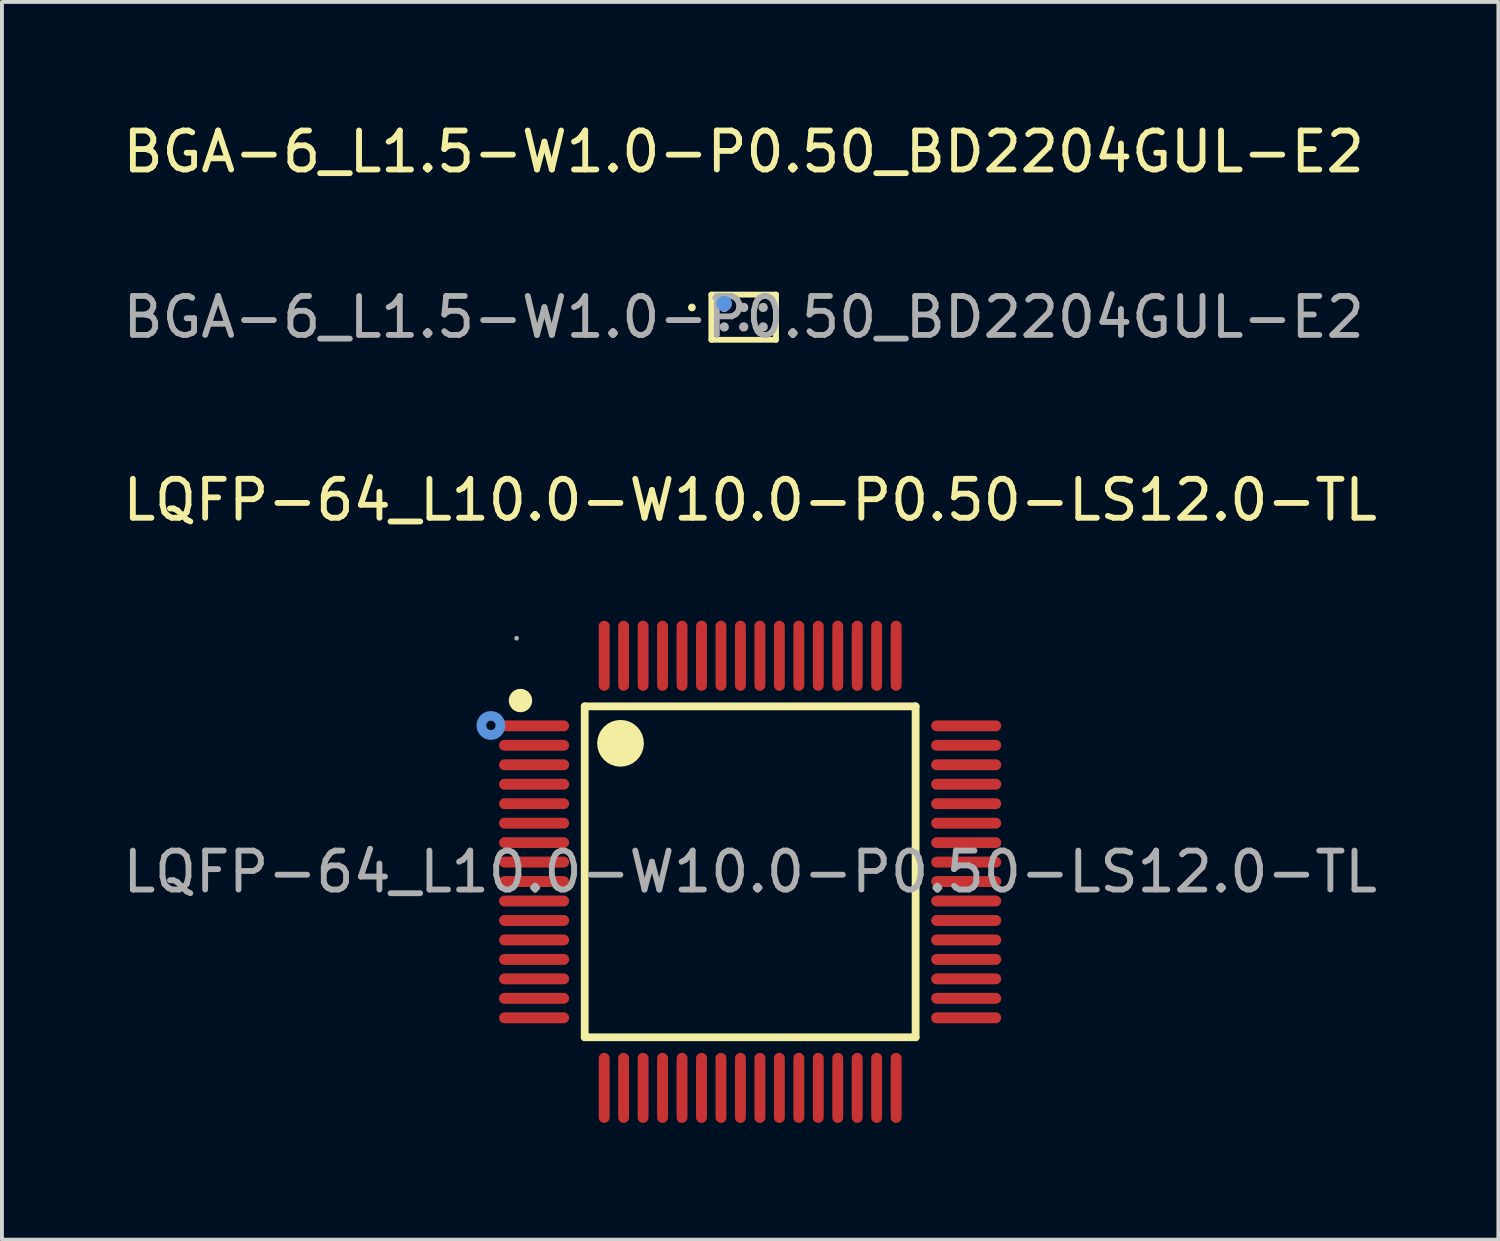
<source format=kicad_pcb>
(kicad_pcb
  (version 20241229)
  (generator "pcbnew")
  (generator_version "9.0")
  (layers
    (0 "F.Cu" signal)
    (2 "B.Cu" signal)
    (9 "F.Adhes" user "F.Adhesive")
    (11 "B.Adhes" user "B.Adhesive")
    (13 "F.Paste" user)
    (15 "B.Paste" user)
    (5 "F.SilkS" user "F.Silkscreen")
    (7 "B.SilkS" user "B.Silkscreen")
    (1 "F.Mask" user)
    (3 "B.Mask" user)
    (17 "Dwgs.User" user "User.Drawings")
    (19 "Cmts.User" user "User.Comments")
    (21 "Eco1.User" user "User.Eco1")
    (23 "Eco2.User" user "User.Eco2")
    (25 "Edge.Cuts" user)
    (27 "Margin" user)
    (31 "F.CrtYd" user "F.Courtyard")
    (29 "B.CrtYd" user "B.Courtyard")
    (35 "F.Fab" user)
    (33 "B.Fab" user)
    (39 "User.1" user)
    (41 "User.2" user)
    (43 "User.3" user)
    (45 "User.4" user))
  (footprint "BGA-6_L1.5-W1.0-P0.50_BD2204GUL-E2"
    (layer "F.Cu")
    (at 16.054 5.098)
    (property "Reference" "BGA-6_L1.5-W1.0-P0.50_BD2204GUL-E2" (at 0 -4.25 0) (layer "F.SilkS") (effects (font (size 1 1) (thickness 0.15))))
    (attr smd)
    (fp_line (start -0.83 -0.58) (end 0.83 -0.58) (stroke (width 0.15) (type solid)) (layer "F.SilkS"))
    (fp_line (start -0.83 0.58) (end -0.83 -0.58) (stroke (width 0.15) (type solid)) (layer "F.SilkS"))
    (fp_line (start 0.83 -0.58) (end 0.83 0.58) (stroke (width 0.15) (type solid)) (layer "F.SilkS"))
    (fp_line (start 0.83 0.58) (end -0.83 0.58) (stroke (width 0.15) (type solid)) (layer "F.SilkS"))
    (fp_circle (center -1.33 -0.25) (end -1.28 -0.25) (stroke (width 0.1) (type solid)) (fill no) (layer "F.SilkS"))
    (fp_circle (center -0.5 -0.35) (end -0.4 -0.35) (stroke (width 0.2) (type solid)) (fill no) (layer "Cmts.User"))
    (fp_circle (center -0.75 -0.5) (end -0.72 -0.5) (stroke (width 0.06) (type solid)) (fill no) (layer "F.Fab"))
    (fp_circle (center -0.5 -0.25) (end -0.44 -0.25) (stroke (width 0.12) (type solid)) (fill no) (layer "F.Fab"))
    (fp_circle (center -0.5 0.25) (end -0.44 0.25) (stroke (width 0.12) (type solid)) (fill no) (layer "F.Fab"))
    (fp_circle (center 0 -0.25) (end 0.06 -0.25) (stroke (width 0.12) (type solid)) (fill no) (layer "F.Fab"))
    (fp_circle (center 0 0.25) (end 0.06 0.25) (stroke (width 0.12) (type solid)) (fill no) (layer "F.Fab"))
    (fp_circle (center 0.5 -0.25) (end 0.56 -0.25) (stroke (width 0.12) (type solid)) (fill no) (layer "F.Fab"))
    (fp_circle (center 0.5 0.25) (end 0.56 0.25) (stroke (width 0.12) (type solid)) (fill no) (layer "F.Fab"))
    (fp_text user "${REFERENCE}" (at 0 0 0) (layer "F.Fab") (effects (font (size 1 1) (thickness 0.15))))
    (pad "A1" smd circle (at -0.5 -0.25) (size 0.2 0.2) (layers "F.Cu" "F.Mask" "F.Paste"))
    (pad "A2" smd circle (at 0 -0.25) (size 0.2 0.2) (layers "F.Cu" "F.Mask" "F.Paste"))
    (pad "A3" smd circle (at 0.5 -0.25) (size 0.2 0.2) (layers "F.Cu" "F.Mask" "F.Paste"))
    (pad "B1" smd circle (at -0.5 0.25) (size 0.2 0.2) (layers "F.Cu" "F.Mask" "F.Paste"))
    (pad "B2" smd circle (at 0 0.25) (size 0.2 0.2) (layers "F.Cu" "F.Mask" "F.Paste"))
    (pad "B3" smd circle (at 0.5 0.25) (size 0.2 0.2) (layers "F.Cu" "F.Mask" "F.Paste")))
  (footprint "LQFP-64_L10.0-W10.0-P0.50-LS12.0-TL"
    (layer "F.Cu")
    (at 16.22 19.345)
    (property "Reference" "LQFP-64_L10.0-W10.0-P0.50-LS12.0-TL" (at 0 -9.55 0) (layer "F.SilkS") (effects (font (size 1 1) (thickness 0.15))))
    (attr smd)
    (fp_line (start -4.25 -4.25) (end -4.25 4.25) (stroke (width 0.2) (type solid)) (layer "F.SilkS"))
    (fp_line (start -4.25 4.25) (end 4.25 4.25) (stroke (width 0.2) (type solid)) (layer "F.SilkS"))
    (fp_line (start 4.25 -4.25) (end -4.25 -4.25) (stroke (width 0.2) (type solid)) (layer "F.SilkS"))
    (fp_line (start 4.25 4.25) (end 4.25 -4.25) (stroke (width 0.2) (type solid)) (layer "F.SilkS"))
    (fp_arc (start -5.75 -4.39) (mid -6.05025 -4.404995) (end -5.749667 -4.400016) (stroke (width 0.3) (type solid)) (layer "F.SilkS"))
    (fp_arc (start -3.03 -3.29) (mid -3.630125 -3.304999) (end -3.029833 -3.300004) (stroke (width 0.6) (type solid)) (layer "F.SilkS"))
    (fp_circle (center -6.66 -3.76) (end -6.54 -3.76) (stroke (width 0.25) (type solid)) (fill no) (layer "Cmts.User"))
    (fp_circle (center -6 -6) (end -5.97 -6) (stroke (width 0.06) (type solid)) (fill no) (layer "F.Fab"))
    (fp_text user "${REFERENCE}" (at 0 0 0) (layer "F.Fab") (effects (font (size 1 1) (thickness 0.15))))
    (pad "1" smd oval (at -5.55 -3.75) (size 1.8 0.28) (layers "F.Cu" "F.Mask" "F.Paste"))
    (pad "2" smd oval (at -5.55 -3.25) (size 1.8 0.28) (layers "F.Cu" "F.Mask" "F.Paste"))
    (pad "3" smd oval (at -5.55 -2.75) (size 1.8 0.28) (layers "F.Cu" "F.Mask" "F.Paste"))
    (pad "4" smd oval (at -5.55 -2.25) (size 1.8 0.28) (layers "F.Cu" "F.Mask" "F.Paste"))
    (pad "5" smd oval (at -5.55 -1.75) (size 1.8 0.28) (layers "F.Cu" "F.Mask" "F.Paste"))
    (pad "6" smd oval (at -5.55 -1.25) (size 1.8 0.28) (layers "F.Cu" "F.Mask" "F.Paste"))
    (pad "7" smd oval (at -5.55 -0.75) (size 1.8 0.28) (layers "F.Cu" "F.Mask" "F.Paste"))
    (pad "8" smd oval (at -5.55 -0.25) (size 1.8 0.28) (layers "F.Cu" "F.Mask" "F.Paste"))
    (pad "9" smd oval (at -5.55 0.25) (size 1.8 0.28) (layers "F.Cu" "F.Mask" "F.Paste"))
    (pad "10" smd oval (at -5.55 0.75) (size 1.8 0.28) (layers "F.Cu" "F.Mask" "F.Paste"))
    (pad "11" smd oval (at -5.55 1.25) (size 1.8 0.28) (layers "F.Cu" "F.Mask" "F.Paste"))
    (pad "12" smd oval (at -5.55 1.75) (size 1.8 0.28) (layers "F.Cu" "F.Mask" "F.Paste"))
    (pad "13" smd oval (at -5.55 2.25) (size 1.8 0.28) (layers "F.Cu" "F.Mask" "F.Paste"))
    (pad "14" smd oval (at -5.55 2.75) (size 1.8 0.28) (layers "F.Cu" "F.Mask" "F.Paste"))
    (pad "15" smd oval (at -5.55 3.25) (size 1.8 0.28) (layers "F.Cu" "F.Mask" "F.Paste"))
    (pad "16" smd oval (at -5.55 3.75) (size 1.8 0.28) (layers "F.Cu" "F.Mask" "F.Paste"))
    (pad "17" smd oval (at -3.75 5.55) (size 0.28 1.8) (layers "F.Cu" "F.Mask" "F.Paste"))
    (pad "18" smd oval (at -3.25 5.55) (size 0.28 1.8) (layers "F.Cu" "F.Mask" "F.Paste"))
    (pad "19" smd oval (at -2.75 5.55) (size 0.28 1.8) (layers "F.Cu" "F.Mask" "F.Paste"))
    (pad "20" smd oval (at -2.25 5.55) (size 0.28 1.8) (layers "F.Cu" "F.Mask" "F.Paste"))
    (pad "21" smd oval (at -1.75 5.55) (size 0.28 1.8) (layers "F.Cu" "F.Mask" "F.Paste"))
    (pad "22" smd oval (at -1.25 5.55) (size 0.28 1.8) (layers "F.Cu" "F.Mask" "F.Paste"))
    (pad "23" smd oval (at -0.75 5.55) (size 0.28 1.8) (layers "F.Cu" "F.Mask" "F.Paste"))
    (pad "24" smd oval (at -0.25 5.55) (size 0.28 1.8) (layers "F.Cu" "F.Mask" "F.Paste"))
    (pad "25" smd oval (at 0.25 5.55) (size 0.28 1.8) (layers "F.Cu" "F.Mask" "F.Paste"))
    (pad "26" smd oval (at 0.75 5.55) (size 0.28 1.8) (layers "F.Cu" "F.Mask" "F.Paste"))
    (pad "27" smd oval (at 1.25 5.55) (size 0.28 1.8) (layers "F.Cu" "F.Mask" "F.Paste"))
    (pad "28" smd oval (at 1.75 5.55) (size 0.28 1.8) (layers "F.Cu" "F.Mask" "F.Paste"))
    (pad "29" smd oval (at 2.25 5.55) (size 0.28 1.8) (layers "F.Cu" "F.Mask" "F.Paste"))
    (pad "30" smd oval (at 2.75 5.55) (size 0.28 1.8) (layers "F.Cu" "F.Mask" "F.Paste"))
    (pad "31" smd oval (at 3.25 5.55) (size 0.28 1.8) (layers "F.Cu" "F.Mask" "F.Paste"))
    (pad "32" smd oval (at 3.75 5.55) (size 0.28 1.8) (layers "F.Cu" "F.Mask" "F.Paste"))
    (pad "33" smd oval (at 5.55 3.75) (size 1.8 0.28) (layers "F.Cu" "F.Mask" "F.Paste"))
    (pad "34" smd oval (at 5.55 3.25) (size 1.8 0.28) (layers "F.Cu" "F.Mask" "F.Paste"))
    (pad "35" smd oval (at 5.55 2.75) (size 1.8 0.28) (layers "F.Cu" "F.Mask" "F.Paste"))
    (pad "36" smd oval (at 5.55 2.25) (size 1.8 0.28) (layers "F.Cu" "F.Mask" "F.Paste"))
    (pad "37" smd oval (at 5.55 1.75) (size 1.8 0.28) (layers "F.Cu" "F.Mask" "F.Paste"))
    (pad "38" smd oval (at 5.55 1.25) (size 1.8 0.28) (layers "F.Cu" "F.Mask" "F.Paste"))
    (pad "39" smd oval (at 5.55 0.75) (size 1.8 0.28) (layers "F.Cu" "F.Mask" "F.Paste"))
    (pad "40" smd oval (at 5.55 0.25) (size 1.8 0.28) (layers "F.Cu" "F.Mask" "F.Paste"))
    (pad "41" smd oval (at 5.55 -0.25) (size 1.8 0.28) (layers "F.Cu" "F.Mask" "F.Paste"))
    (pad "42" smd oval (at 5.55 -0.75) (size 1.8 0.28) (layers "F.Cu" "F.Mask" "F.Paste"))
    (pad "43" smd oval (at 5.55 -1.25) (size 1.8 0.28) (layers "F.Cu" "F.Mask" "F.Paste"))
    (pad "44" smd oval (at 5.55 -1.75) (size 1.8 0.28) (layers "F.Cu" "F.Mask" "F.Paste"))
    (pad "45" smd oval (at 5.55 -2.25) (size 1.8 0.28) (layers "F.Cu" "F.Mask" "F.Paste"))
    (pad "46" smd oval (at 5.55 -2.75) (size 1.8 0.28) (layers "F.Cu" "F.Mask" "F.Paste"))
    (pad "47" smd oval (at 5.55 -3.25) (size 1.8 0.28) (layers "F.Cu" "F.Mask" "F.Paste"))
    (pad "48" smd oval (at 5.55 -3.75) (size 1.8 0.28) (layers "F.Cu" "F.Mask" "F.Paste"))
    (pad "49" smd oval (at 3.75 -5.55) (size 0.28 1.8) (layers "F.Cu" "F.Mask" "F.Paste"))
    (pad "50" smd oval (at 3.25 -5.55) (size 0.28 1.8) (layers "F.Cu" "F.Mask" "F.Paste"))
    (pad "51" smd oval (at 2.75 -5.55) (size 0.28 1.8) (layers "F.Cu" "F.Mask" "F.Paste"))
    (pad "52" smd oval (at 2.25 -5.55) (size 0.28 1.8) (layers "F.Cu" "F.Mask" "F.Paste"))
    (pad "53" smd oval (at 1.75 -5.55) (size 0.28 1.8) (layers "F.Cu" "F.Mask" "F.Paste"))
    (pad "54" smd oval (at 1.25 -5.55) (size 0.28 1.8) (layers "F.Cu" "F.Mask" "F.Paste"))
    (pad "55" smd oval (at 0.75 -5.55) (size 0.28 1.8) (layers "F.Cu" "F.Mask" "F.Paste"))
    (pad "56" smd oval (at 0.25 -5.55) (size 0.28 1.8) (layers "F.Cu" "F.Mask" "F.Paste"))
    (pad "57" smd oval (at -0.25 -5.55) (size 0.28 1.8) (layers "F.Cu" "F.Mask" "F.Paste"))
    (pad "58" smd oval (at -0.75 -5.55) (size 0.28 1.8) (layers "F.Cu" "F.Mask" "F.Paste"))
    (pad "59" smd oval (at -1.25 -5.55) (size 0.28 1.8) (layers "F.Cu" "F.Mask" "F.Paste"))
    (pad "60" smd oval (at -1.75 -5.55) (size 0.28 1.8) (layers "F.Cu" "F.Mask" "F.Paste"))
    (pad "61" smd oval (at -2.25 -5.55) (size 0.28 1.8) (layers "F.Cu" "F.Mask" "F.Paste"))
    (pad "62" smd oval (at -2.75 -5.55) (size 0.28 1.8) (layers "F.Cu" "F.Mask" "F.Paste"))
    (pad "63" smd oval (at -3.25 -5.55) (size 0.28 1.8) (layers "F.Cu" "F.Mask" "F.Paste"))
    (pad "64" smd oval (at -3.75 -5.55) (size 0.28 1.8) (layers "F.Cu" "F.Mask" "F.Paste")))
  (gr_rect
    (start -3 -3)
    (end 35.44 28.795)
    (stroke (width 0.1) (type default))
    (fill no)
    (layer "Edge.Cuts")))
</source>
